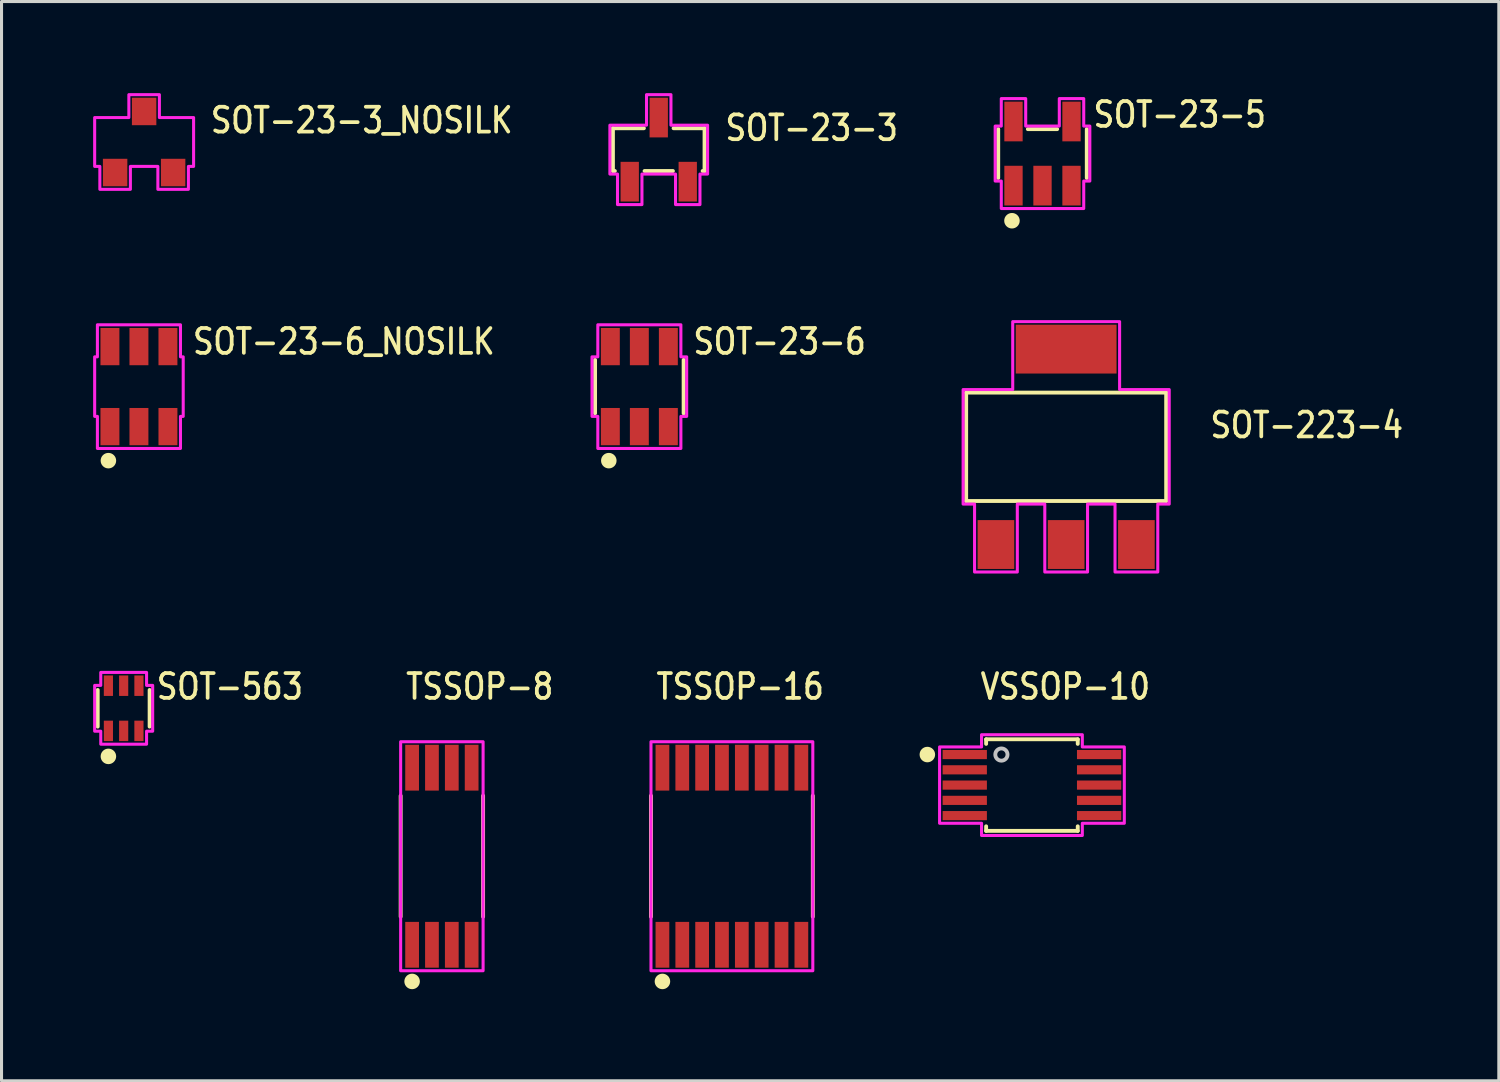
<source format=kicad_pcb>
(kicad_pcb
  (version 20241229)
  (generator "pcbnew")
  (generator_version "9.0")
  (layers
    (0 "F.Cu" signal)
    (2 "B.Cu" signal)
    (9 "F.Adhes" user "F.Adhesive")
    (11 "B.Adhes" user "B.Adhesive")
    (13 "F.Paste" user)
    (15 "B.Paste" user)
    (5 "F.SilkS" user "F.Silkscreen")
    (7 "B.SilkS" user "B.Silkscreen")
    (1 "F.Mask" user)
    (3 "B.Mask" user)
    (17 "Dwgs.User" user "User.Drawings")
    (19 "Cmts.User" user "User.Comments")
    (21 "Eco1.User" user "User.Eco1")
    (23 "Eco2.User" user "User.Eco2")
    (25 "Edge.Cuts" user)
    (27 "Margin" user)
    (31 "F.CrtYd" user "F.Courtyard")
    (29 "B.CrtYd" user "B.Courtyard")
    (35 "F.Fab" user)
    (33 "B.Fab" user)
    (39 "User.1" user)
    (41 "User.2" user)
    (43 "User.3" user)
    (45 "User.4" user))
  (footprint "VSSOP-10"
    (layer "F.Cu")
    (at 30.745 22.661)
    (property "Reference" "VSSOP-10" (at -1.75 -2.75 0) (unlocked yes) (layer "F.SilkS") (effects (font (size 0.813 0.695) (thickness 0.122)) (justify left bottom)))
    (fp_line (start -1.5 -1.5) (end 1.5 -1.5) (stroke (width 0.127) (type solid)) (layer "F.SilkS"))
    (fp_line (start -1.5 -1.35) (end -1.5 -1.5) (stroke (width 0.127) (type solid)) (layer "F.SilkS"))
    (fp_line (start -1.5 1.35) (end -1.5 1.5) (stroke (width 0.127) (type solid)) (layer "F.SilkS"))
    (fp_line (start -1.5 1.5) (end 1.5 1.5) (stroke (width 0.127) (type solid)) (layer "F.SilkS"))
    (fp_line (start 1.5 -1.5) (end 1.5 -1.35) (stroke (width 0.127) (type solid)) (layer "F.SilkS"))
    (fp_line (start 1.5 1.5) (end 1.5 1.35) (stroke (width 0.127) (type solid)) (layer "F.SilkS"))
    (fp_circle (center -3.425 -1) (end -3.171 -1) (stroke (width 0) (type solid)) (fill yes) (layer "F.SilkS"))
    (fp_circle (center -1 -1) (end -0.8 -1) (stroke (width 0.127) (type solid)) (fill no) (layer "Dwgs.User"))
    (fp_poly (pts (xy -3.025 -1.25) (xy -1.65 -1.25) (xy -1.65 -1.65) (xy 1.65 -1.65) (xy 1.65 -1.25) (xy 3.025 -1.25) (xy 3.025 1.25) (xy 1.65 1.25) (xy 1.65 1.65) (xy -1.65 1.65) (xy -1.65 1.25) (xy -3.025 1.25)) (stroke (width 0.1) (type solid)) (fill no) (layer "F.CrtYd"))
    (pad "1" smd rect (at -2.2 -1) (size 1.45 0.3) (layers "F.Cu" "F.Mask" "F.Paste"))
    (pad "2" smd rect (at -2.2 -0.5) (size 1.45 0.3) (layers "F.Cu" "F.Mask" "F.Paste"))
    (pad "3" smd rect (at -2.2 0) (size 1.45 0.3) (layers "F.Cu" "F.Mask" "F.Paste"))
    (pad "4" smd rect (at -2.2 0.5) (size 1.45 0.3) (layers "F.Cu" "F.Mask" "F.Paste"))
    (pad "5" smd rect (at -2.2 1) (size 1.45 0.3) (layers "F.Cu" "F.Mask" "F.Paste"))
    (pad "6" smd rect (at 2.2 1) (size 1.45 0.3) (layers "F.Cu" "F.Mask" "F.Paste"))
    (pad "7" smd rect (at 2.2 0.5) (size 1.45 0.3) (layers "F.Cu" "F.Mask" "F.Paste"))
    (pad "8" smd rect (at 2.2 0) (size 1.45 0.3) (layers "F.Cu" "F.Mask" "F.Paste"))
    (pad "9" smd rect (at 2.2 -0.5) (size 1.45 0.3) (layers "F.Cu" "F.Mask" "F.Paste"))
    (pad "10" smd rect (at 2.2 -1) (size 1.45 0.3) (layers "F.Cu" "F.Mask" "F.Paste")))
  (footprint "SOT-23-3"
    (layer "F.Cu")
    (at 18.523 1.85)
    (property "Reference" "SOT-23-3" (at 2.115 -0.235 0) (unlocked yes) (layer "F.SilkS") (effects (font (size 0.813 0.695) (thickness 0.122)) (justify left bottom)))
    (fp_line (start -1.5 -0.7) (end -1.5 0.7) (stroke (width 0.127) (type solid)) (layer "F.SilkS"))
    (fp_line (start -1.5 0.7) (end -1.437 0.7) (stroke (width 0.127) (type solid)) (layer "F.SilkS"))
    (fp_line (start -0.486 -0.7) (end -1.5 -0.7) (stroke (width 0.127) (type solid)) (layer "F.SilkS"))
    (fp_line (start -0.464 0.7) (end 0.464 0.7) (stroke (width 0.127) (type solid)) (layer "F.SilkS"))
    (fp_line (start 0.486 -0.7) (end 1.5 -0.7) (stroke (width 0.127) (type solid)) (layer "F.SilkS"))
    (fp_line (start 1.437 0.7) (end 1.5 0.7) (stroke (width 0.127) (type solid)) (layer "F.SilkS"))
    (fp_line (start 1.5 -0.7) (end 1.5 0.7) (stroke (width 0.127) (type solid)) (layer "F.SilkS"))
    (fp_poly (pts (xy -0.4 -0.8) (xy -0.4 -1.8) (xy 0.4 -1.8) (xy 0.4 -0.8) (xy 1.6 -0.8) (xy 1.6 0.8) (xy 1.35 0.8) (xy 1.35 1.8) (xy 0.55 1.8) (xy 0.55 0.8) (xy -0.55 0.8) (xy -0.55 1.8) (xy -1.35 1.8) (xy -1.35 0.8) (xy -1.6 0.8) (xy -1.6 -0.8)) (stroke (width 0.1) (type solid)) (fill no) (layer "F.CrtYd"))
    (pad "1" smd rect (at -0.95 1.05) (size 0.6 1.3) (layers "F.Cu" "F.Mask" "F.Paste"))
    (pad "2" smd rect (at 0.95 1.05) (size 0.6 1.3) (layers "F.Cu" "F.Mask" "F.Paste"))
    (pad "3" smd rect (at 0 -1.05) (size 0.6 1.3) (layers "F.Cu" "F.Mask" "F.Paste")))
  (footprint "TSSOP-16"
    (layer "F.Cu")
    (at 20.919 24.991)
    (property "Reference" "TSSOP-16" (at -2.54 -5.08 0) (unlocked yes) (layer "F.SilkS") (effects (font (size 0.813 0.695) (thickness 0.122)) (justify left bottom)))
    (fp_line (start -2.65 -1.98) (end -2.65 1.98) (stroke (width 0.127) (type solid)) (layer "F.SilkS"))
    (fp_line (start 2.65 -1.98) (end 2.65 1.98) (stroke (width 0.127) (type solid)) (layer "F.SilkS"))
    (fp_circle (center -2.275 4.1) (end -2.021 4.1) (stroke (width 0) (type solid)) (fill yes) (layer "F.SilkS"))
    (fp_poly (pts (xy -2.65 3.75) (xy 2.65 3.75) (xy 2.65 -3.75) (xy -2.65 -3.75)) (stroke (width 0.1) (type solid)) (fill no) (layer "F.CrtYd"))
    (pad "1" smd rect (at -2.275 2.9) (size 0.45 1.5) (layers "F.Cu" "F.Mask" "F.Paste"))
    (pad "2" smd rect (at -1.625 2.9) (size 0.45 1.5) (layers "F.Cu" "F.Mask" "F.Paste"))
    (pad "3" smd rect (at -0.975 2.9) (size 0.45 1.5) (layers "F.Cu" "F.Mask" "F.Paste"))
    (pad "4" smd rect (at -0.325 2.9) (size 0.45 1.5) (layers "F.Cu" "F.Mask" "F.Paste"))
    (pad "5" smd rect (at 0.325 2.9) (size 0.45 1.5) (layers "F.Cu" "F.Mask" "F.Paste"))
    (pad "6" smd rect (at 0.975 2.9) (size 0.45 1.5) (layers "F.Cu" "F.Mask" "F.Paste"))
    (pad "7" smd rect (at 1.625 2.9) (size 0.45 1.5) (layers "F.Cu" "F.Mask" "F.Paste"))
    (pad "8" smd rect (at 2.275 2.9) (size 0.45 1.5) (layers "F.Cu" "F.Mask" "F.Paste"))
    (pad "9" smd rect (at 2.275 -2.9) (size 0.45 1.5) (layers "F.Cu" "F.Mask" "F.Paste"))
    (pad "10" smd rect (at 1.625 -2.9) (size 0.45 1.5) (layers "F.Cu" "F.Mask" "F.Paste"))
    (pad "11" smd rect (at 0.975 -2.9) (size 0.45 1.5) (layers "F.Cu" "F.Mask" "F.Paste"))
    (pad "12" smd rect (at 0.325 -2.9) (size 0.45 1.5) (layers "F.Cu" "F.Mask" "F.Paste"))
    (pad "13" smd rect (at -0.325 -2.9) (size 0.45 1.5) (layers "F.Cu" "F.Mask" "F.Paste"))
    (pad "14" smd rect (at -0.975 -2.9) (size 0.45 1.5) (layers "F.Cu" "F.Mask" "F.Paste"))
    (pad "15" smd rect (at -1.625 -2.9) (size 0.45 1.5) (layers "F.Cu" "F.Mask" "F.Paste"))
    (pad "16" smd rect (at -2.275 -2.9) (size 0.45 1.5) (layers "F.Cu" "F.Mask" "F.Paste")))
  (footprint "SOT-23-3_NOSILK"
    (layer "F.Cu")
    (at 1.67 1.6)
    (property "Reference" "SOT-23-3_NOSILK" (at 2.115 -0.235 0) (unlocked yes) (layer "F.SilkS") (effects (font (size 0.813 0.695) (thickness 0.122)) (justify left bottom)))
    (fp_poly (pts (xy -0.5 -0.8) (xy -0.5 -1.55) (xy 0.5 -1.55) (xy 0.5 -0.8) (xy 1.62 -0.8) (xy 1.62 0.8) (xy 1.45 0.8) (xy 1.45 1.55) (xy 0.45 1.55) (xy 0.45 0.8) (xy -0.45 0.8) (xy -0.45 1.55) (xy -1.45 1.55) (xy -1.45 0.8) (xy -1.62 0.8) (xy -1.62 -0.8)) (stroke (width 0.1) (type solid)) (fill no) (layer "F.CrtYd"))
    (pad "1" smd rect (at -0.95 1) (size 0.8 0.9) (layers "F.Cu" "F.Mask" "F.Paste"))
    (pad "2" smd rect (at 0.95 1) (size 0.8 0.9) (layers "F.Cu" "F.Mask" "F.Paste"))
    (pad "3" smd rect (at 0 -1) (size 0.8 0.9) (layers "F.Cu" "F.Mask" "F.Paste")))
  (footprint "SOT-223-4"
    (layer "F.Cu")
    (at 31.866 11.583)
    (property "Reference" "SOT-223-4" (at 4.655 -0.235 0) (unlocked yes) (layer "F.SilkS") (effects (font (size 0.813 0.695) (thickness 0.122)) (justify left bottom)))
    (fp_line (start -3.275 -1.775) (end -3.275 1.775) (stroke (width 0.127) (type solid)) (layer "F.SilkS"))
    (fp_line (start -3.275 1.775) (end 3.275 1.775) (stroke (width 0.127) (type solid)) (layer "F.SilkS"))
    (fp_line (start 3.275 -1.775) (end -3.275 -1.775) (stroke (width 0.127) (type solid)) (layer "F.SilkS"))
    (fp_line (start 3.275 -1.775) (end 3.275 1.775) (stroke (width 0.127) (type solid)) (layer "F.SilkS"))
    (fp_poly (pts (xy -1.75 -1.875) (xy -1.75 -4.1) (xy 1.75 -4.1) (xy 1.75 -1.875) (xy 3.375 -1.875) (xy 3.375 1.875) (xy 3 1.875) (xy 3 4.1) (xy 1.6 4.1) (xy 1.6 1.875) (xy 0.7 1.875) (xy 0.7 4.1) (xy -0.7 4.1) (xy -0.7 1.875) (xy -1.6 1.875) (xy -1.6 4.1) (xy -3 4.1) (xy -3 1.875) (xy -3.375 1.875) (xy -3.375 -1.875)) (stroke (width 0.1) (type solid)) (fill no) (layer "F.CrtYd"))
    (pad "1" smd rect (at -2.3 3.2) (size 1.2 1.6) (layers "F.Cu" "F.Mask" "F.Paste"))
    (pad "2" smd rect (at 0 3.2) (size 1.2 1.6) (layers "F.Cu" "F.Mask" "F.Paste"))
    (pad "3" smd rect (at 2.3 3.2) (size 1.2 1.6) (layers "F.Cu" "F.Mask" "F.Paste"))
    (pad "4" smd rect (at 0 -3.2) (size 3.3 1.6) (layers "F.Cu" "F.Mask" "F.Paste")))
  (footprint "SOT-23-5"
    (layer "F.Cu")
    (at 31.091 1.979)
    (property "Reference" "SOT-23-5" (at 1.6 -0.8 0) (unlocked yes) (layer "F.SilkS") (effects (font (size 0.813 0.695) (thickness 0.122)) (justify left bottom)))
    (fp_line (start -1.45 -0.8) (end -1.45 0.8) (stroke (width 0.127) (type solid)) (layer "F.SilkS"))
    (fp_line (start -0.48 -0.8) (end 0.48 -0.8) (stroke (width 0.127) (type solid)) (layer "F.SilkS"))
    (fp_line (start 1.45 -0.8) (end 1.45 0.8) (stroke (width 0.127) (type solid)) (layer "F.SilkS"))
    (fp_circle (center -1 2.2) (end -0.746 2.2) (stroke (width 0) (type solid)) (fill yes) (layer "F.SilkS"))
    (fp_poly (pts (xy -1.35 -1.8) (xy -0.55 -1.8) (xy -0.55 -0.9) (xy 0.55 -0.9) (xy 0.55 -1.8) (xy 1.35 -1.8) (xy 1.35 -0.9) (xy 1.55 -0.9) (xy 1.55 0.9) (xy 1.35 0.9) (xy 1.35 1.8) (xy -1.35 1.8) (xy -1.35 0.9) (xy -1.55 0.9) (xy -1.55 -0.9) (xy -1.35 -0.9)) (stroke (width 0.1) (type solid)) (fill no) (layer "F.CrtYd"))
    (pad "1" smd rect (at -0.95 1.05) (size 0.6 1.3) (layers "F.Cu" "F.Mask" "F.Paste"))
    (pad "2" smd rect (at 0 1.05) (size 0.6 1.3) (layers "F.Cu" "F.Mask" "F.Paste"))
    (pad "3" smd rect (at 0.95 1.05) (size 0.6 1.3) (layers "F.Cu" "F.Mask" "F.Paste"))
    (pad "4" smd rect (at 0.95 -1.05) (size 0.6 1.3) (layers "F.Cu" "F.Mask" "F.Paste"))
    (pad "5" smd rect (at -0.95 -1.05) (size 0.6 1.3) (layers "F.Cu" "F.Mask" "F.Paste")))
  (footprint "TSSOP-8"
    (layer "F.Cu")
    (at 11.421 24.991)
    (property "Reference" "TSSOP-8" (at -1.24 -5.08 0) (unlocked yes) (layer "F.SilkS") (effects (font (size 0.813 0.695) (thickness 0.122)) (justify left bottom)))
    (fp_line (start -1.35 -1.98) (end -1.35 1.98) (stroke (width 0.127) (type solid)) (layer "F.SilkS"))
    (fp_line (start 1.35 -1.98) (end 1.35 1.98) (stroke (width 0.127) (type solid)) (layer "F.SilkS"))
    (fp_circle (center -0.975 4.1) (end -0.721 4.1) (stroke (width 0) (type solid)) (fill yes) (layer "F.SilkS"))
    (fp_poly (pts (xy -1.35 3.75) (xy 1.35 3.75) (xy 1.35 -3.75) (xy -1.35 -3.75)) (stroke (width 0.1) (type solid)) (fill no) (layer "F.CrtYd"))
    (pad "1" smd rect (at -0.975 2.9) (size 0.45 1.5) (layers "F.Cu" "F.Mask" "F.Paste"))
    (pad "2" smd rect (at -0.325 2.9) (size 0.45 1.5) (layers "F.Cu" "F.Mask" "F.Paste"))
    (pad "3" smd rect (at 0.325 2.9) (size 0.45 1.5) (layers "F.Cu" "F.Mask" "F.Paste"))
    (pad "4" smd rect (at 0.975 2.9) (size 0.45 1.5) (layers "F.Cu" "F.Mask" "F.Paste"))
    (pad "5" smd rect (at 0.975 -2.9) (size 0.45 1.5) (layers "F.Cu" "F.Mask" "F.Paste"))
    (pad "6" smd rect (at 0.325 -2.9) (size 0.45 1.5) (layers "F.Cu" "F.Mask" "F.Paste"))
    (pad "7" smd rect (at -0.325 -2.9) (size 0.45 1.5) (layers "F.Cu" "F.Mask" "F.Paste"))
    (pad "8" smd rect (at -0.975 -2.9) (size 0.45 1.5) (layers "F.Cu" "F.Mask" "F.Paste")))
  (footprint "SOT-23-6_NOSILK"
    (layer "F.Cu")
    (at 1.5 9.611)
    (property "Reference" "SOT-23-6_NOSILK" (at 1.7 -1 0) (unlocked yes) (layer "F.SilkS") (effects (font (size 0.813 0.695) (thickness 0.122)) (justify left bottom)))
    (fp_circle (center -1 2.425) (end -0.746 2.425) (stroke (width 0) (type solid)) (fill yes) (layer "F.SilkS"))
    (fp_poly (pts (xy -1.36 -2.025) (xy 1.36 -2.025) (xy 1.36 -0.975) (xy 1.45 -0.975) (xy 1.45 0.975) (xy 1.36 0.975) (xy 1.36 2.025) (xy -1.36 2.025) (xy -1.36 0.975) (xy -1.45 0.975) (xy -1.45 -0.975) (xy -1.36 -0.975)) (stroke (width 0.1) (type solid)) (fill no) (layer "F.CrtYd"))
    (pad "1" smd rect (at -0.95 1.31) (size 0.62 1.22) (layers "F.Cu" "F.Mask" "F.Paste"))
    (pad "2" smd rect (at 0 1.31) (size 0.62 1.22) (layers "F.Cu" "F.Mask" "F.Paste"))
    (pad "3" smd rect (at 0.95 1.31) (size 0.62 1.22) (layers "F.Cu" "F.Mask" "F.Paste"))
    (pad "4" smd rect (at 0.95 -1.31) (size 0.62 1.22) (layers "F.Cu" "F.Mask" "F.Paste"))
    (pad "5" smd rect (at 0 -1.31) (size 0.62 1.22) (layers "F.Cu" "F.Mask" "F.Paste"))
    (pad "6" smd rect (at -0.95 -1.31) (size 0.62 1.22) (layers "F.Cu" "F.Mask" "F.Paste")))
  (footprint "SOT-563"
    (layer "F.Cu")
    (at 1 20.146)
    (property "Reference" "SOT-563" (at 1.015 -0.235 0) (unlocked yes) (layer "F.SilkS") (effects (font (size 0.813 0.695) (thickness 0.122)) (justify left bottom)))
    (fp_line (start -0.85 -0.6) (end -0.85 0.6) (stroke (width 0.127) (type solid)) (layer "F.SilkS"))
    (fp_line (start 0.85 -0.6) (end 0.85 0.6) (stroke (width 0.127) (type solid)) (layer "F.SilkS"))
    (fp_circle (center -0.5 1.575) (end -0.246 1.575) (stroke (width 0) (type solid)) (fill yes) (layer "F.SilkS"))
    (fp_poly (pts (xy -0.75 -0.75) (xy -0.75 -1.175) (xy 0.75 -1.175) (xy 0.75 -0.75) (xy 0.95 -0.75) (xy 0.95 0.75) (xy 0.75 0.75) (xy 0.75 1.175) (xy -0.75 1.175) (xy -0.75 0.75) (xy -0.95 0.75) (xy -0.95 -0.75)) (stroke (width 0.1) (type solid)) (fill no) (layer "F.CrtYd"))
    (pad "1" smd rect (at -0.5 0.74) (size 0.3 0.67) (layers "F.Cu" "F.Mask" "F.Paste"))
    (pad "2" smd rect (at 0 0.74) (size 0.3 0.67) (layers "F.Cu" "F.Mask" "F.Paste"))
    (pad "3" smd rect (at 0.5 0.74) (size 0.3 0.67) (layers "F.Cu" "F.Mask" "F.Paste"))
    (pad "4" smd rect (at 0.5 -0.74) (size 0.3 0.67) (layers "F.Cu" "F.Mask" "F.Paste"))
    (pad "5" smd rect (at 0 -0.74) (size 0.3 0.67) (layers "F.Cu" "F.Mask" "F.Paste"))
    (pad "6" smd rect (at -0.5 -0.74) (size 0.3 0.67) (layers "F.Cu" "F.Mask" "F.Paste")))
  (footprint "SOT-23-6"
    (layer "F.Cu")
    (at 17.888 9.611)
    (property "Reference" "SOT-23-6" (at 1.7 -1 0) (unlocked yes) (layer "F.SilkS") (effects (font (size 0.813 0.695) (thickness 0.122)) (justify left bottom)))
    (fp_line (start -1.45 -0.875) (end -1.45 0.875) (stroke (width 0.127) (type solid)) (layer "F.SilkS"))
    (fp_line (start 1.45 -0.875) (end 1.45 0.875) (stroke (width 0.127) (type solid)) (layer "F.SilkS"))
    (fp_circle (center -1 2.425) (end -0.746 2.425) (stroke (width 0) (type solid)) (fill yes) (layer "F.SilkS"))
    (fp_poly (pts (xy -1.36 -2.025) (xy 1.36 -2.025) (xy 1.36 -0.975) (xy 1.55 -0.975) (xy 1.55 0.975) (xy 1.36 0.975) (xy 1.36 2.025) (xy -1.36 2.025) (xy -1.36 0.975) (xy -1.55 0.975) (xy -1.55 -0.975) (xy -1.36 -0.975)) (stroke (width 0.1) (type solid)) (fill no) (layer "F.CrtYd"))
    (pad "1" smd rect (at -0.95 1.31) (size 0.62 1.22) (layers "F.Cu" "F.Mask" "F.Paste"))
    (pad "2" smd rect (at 0 1.31) (size 0.62 1.22) (layers "F.Cu" "F.Mask" "F.Paste"))
    (pad "3" smd rect (at 0.95 1.31) (size 0.62 1.22) (layers "F.Cu" "F.Mask" "F.Paste"))
    (pad "4" smd rect (at 0.95 -1.31) (size 0.62 1.22) (layers "F.Cu" "F.Mask" "F.Paste"))
    (pad "5" smd rect (at 0 -1.31) (size 0.62 1.22) (layers "F.Cu" "F.Mask" "F.Paste"))
    (pad "6" smd rect (at -0.95 -1.31) (size 0.62 1.22) (layers "F.Cu" "F.Mask" "F.Paste")))
  (gr_rect
    (start -3 -3)
    (end 46.035 32.345)
    (stroke (width 0.1) (type default))
    (fill no)
    (layer "Edge.Cuts")))
</source>
